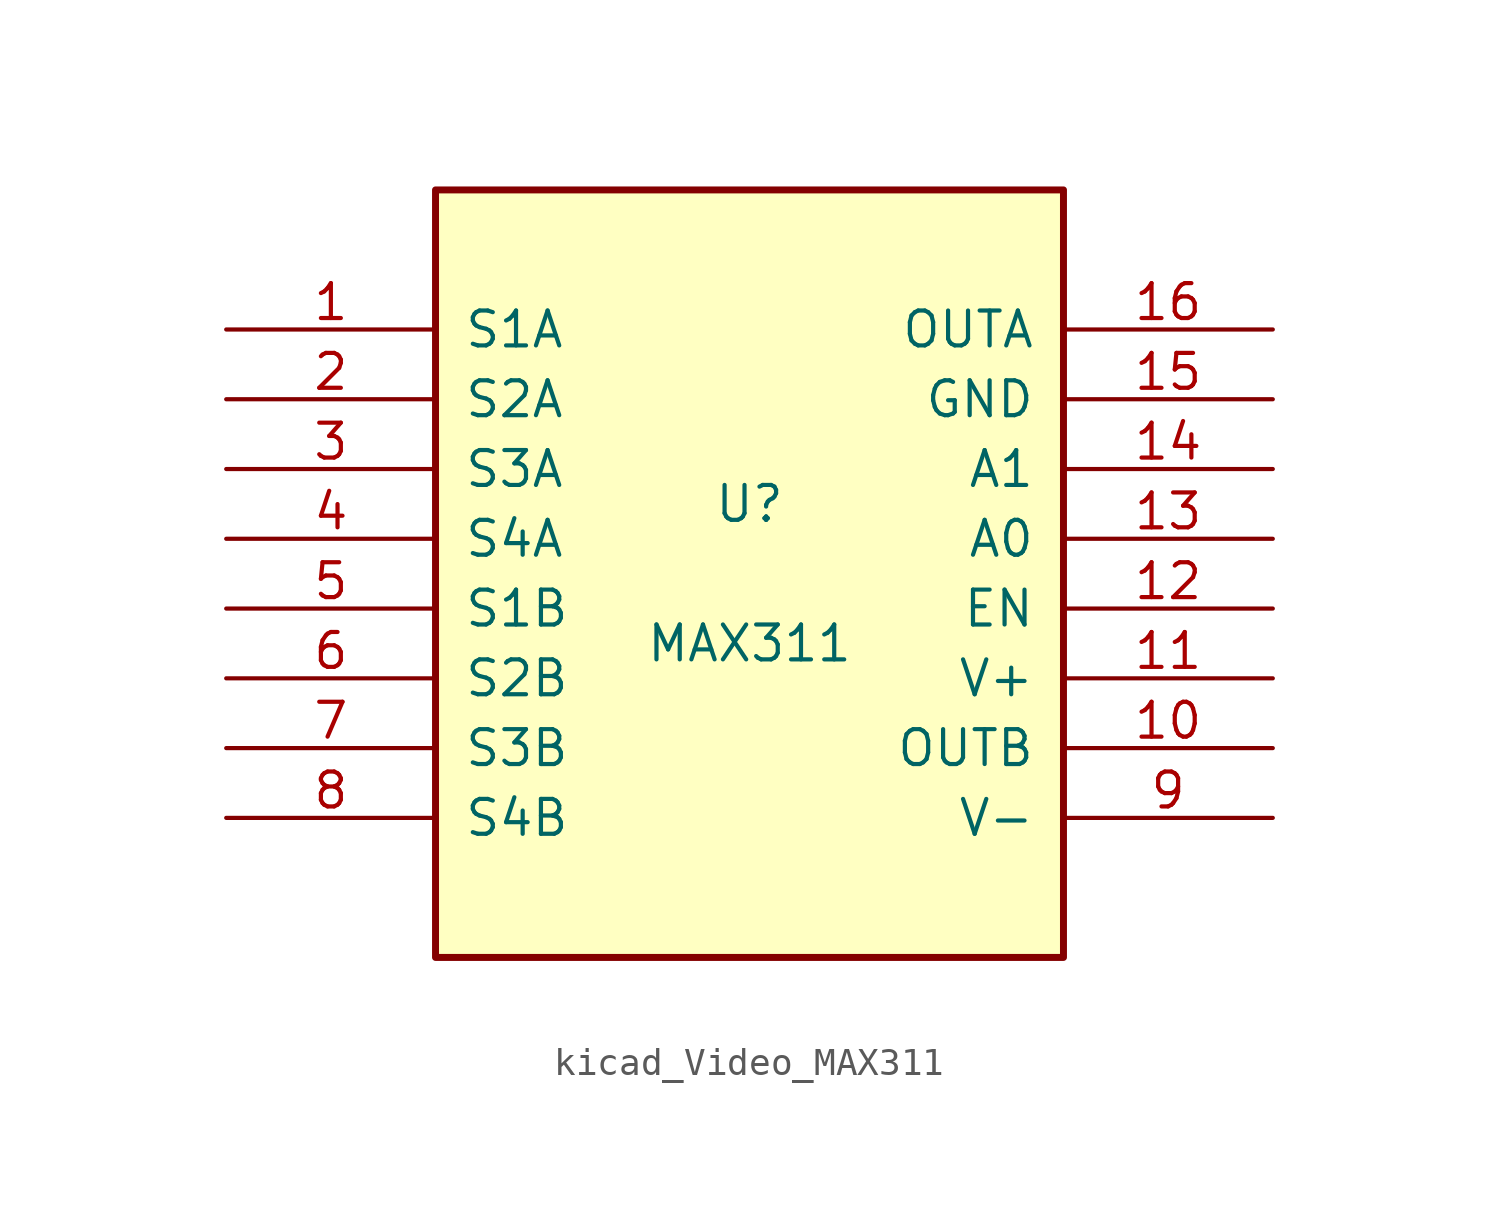
<source format=kicad_sym>
(kicad_symbol_lib
  (version 20220914)
  (generator kicad_symbol_editor)
  (symbol "kicad_Video_MAX311"
    (pin_names
      (offset 1.016))
    (property "Reference" "U"
      (at 0 2.54 0)
      (effects (font (size 1.27 1.27))))
    (property "Value" "MAX311"
      (at 0 -2.54 0)
      (effects (font (size 1.27 1.27))))
    (symbol "kicad_Video_MAX311_0_1"
      (rectangle (start -11.43 -13.97) (end 11.43 13.97) (stroke (width 0.254) (type default)) (fill (type background))))
    (symbol "kicad_Video_MAX311_1_1"
      (pin input line (at -19.05 8.89 0) (length 7.62) (name "S1A" (effects (font (size 1.27 1.27)))) (number "1" (effects (font (size 1.27 1.27)))))
      (pin input line (at 19.05 -6.35 180) (length 7.62) (name "OUTB" (effects (font (size 1.27 1.27)))) (number "10" (effects (font (size 1.27 1.27)))))
      (pin input line (at 19.05 -3.81 180) (length 7.62) (name "V+" (effects (font (size 1.27 1.27)))) (number "11" (effects (font (size 1.27 1.27)))))
      (pin input line (at 19.05 -1.27 180) (length 7.62) (name "EN" (effects (font (size 1.27 1.27)))) (number "12" (effects (font (size 1.27 1.27)))))
      (pin input line (at 19.05 1.27 180) (length 7.62) (name "A0" (effects (font (size 1.27 1.27)))) (number "13" (effects (font (size 1.27 1.27)))))
      (pin input line (at 19.05 3.81 180) (length 7.62) (name "A1" (effects (font (size 1.27 1.27)))) (number "14" (effects (font (size 1.27 1.27)))))
      (pin input line (at 19.05 6.35 180) (length 7.62) (name "GND" (effects (font (size 1.27 1.27)))) (number "15" (effects (font (size 1.27 1.27)))))
      (pin output line (at 19.05 8.89 180) (length 7.62) (name "OUTA" (effects (font (size 1.27 1.27)))) (number "16" (effects (font (size 1.27 1.27)))))
      (pin input line (at -19.05 6.35 0) (length 7.62) (name "S2A" (effects (font (size 1.27 1.27)))) (number "2" (effects (font (size 1.27 1.27)))))
      (pin input line (at -19.05 3.81 0) (length 7.62) (name "S3A" (effects (font (size 1.27 1.27)))) (number "3" (effects (font (size 1.27 1.27)))))
      (pin input line (at -19.05 1.27 0) (length 7.62) (name "S4A" (effects (font (size 1.27 1.27)))) (number "4" (effects (font (size 1.27 1.27)))))
      (pin input line (at -19.05 -1.27 0) (length 7.62) (name "S1B" (effects (font (size 1.27 1.27)))) (number "5" (effects (font (size 1.27 1.27)))))
      (pin input line (at -19.05 -3.81 0) (length 7.62) (name "S2B" (effects (font (size 1.27 1.27)))) (number "6" (effects (font (size 1.27 1.27)))))
      (pin input line (at -19.05 -6.35 0) (length 7.62) (name "S3B" (effects (font (size 1.27 1.27)))) (number "7" (effects (font (size 1.27 1.27)))))
      (pin input line (at -19.05 -8.89 0) (length 7.62) (name "S4B" (effects (font (size 1.27 1.27)))) (number "8" (effects (font (size 1.27 1.27)))))
      (pin input line (at 19.05 -8.89 180) (length 7.62) (name "V-" (effects (font (size 1.27 1.27)))) (number "9" (effects (font (size 1.27 1.27))))))))
</source>
